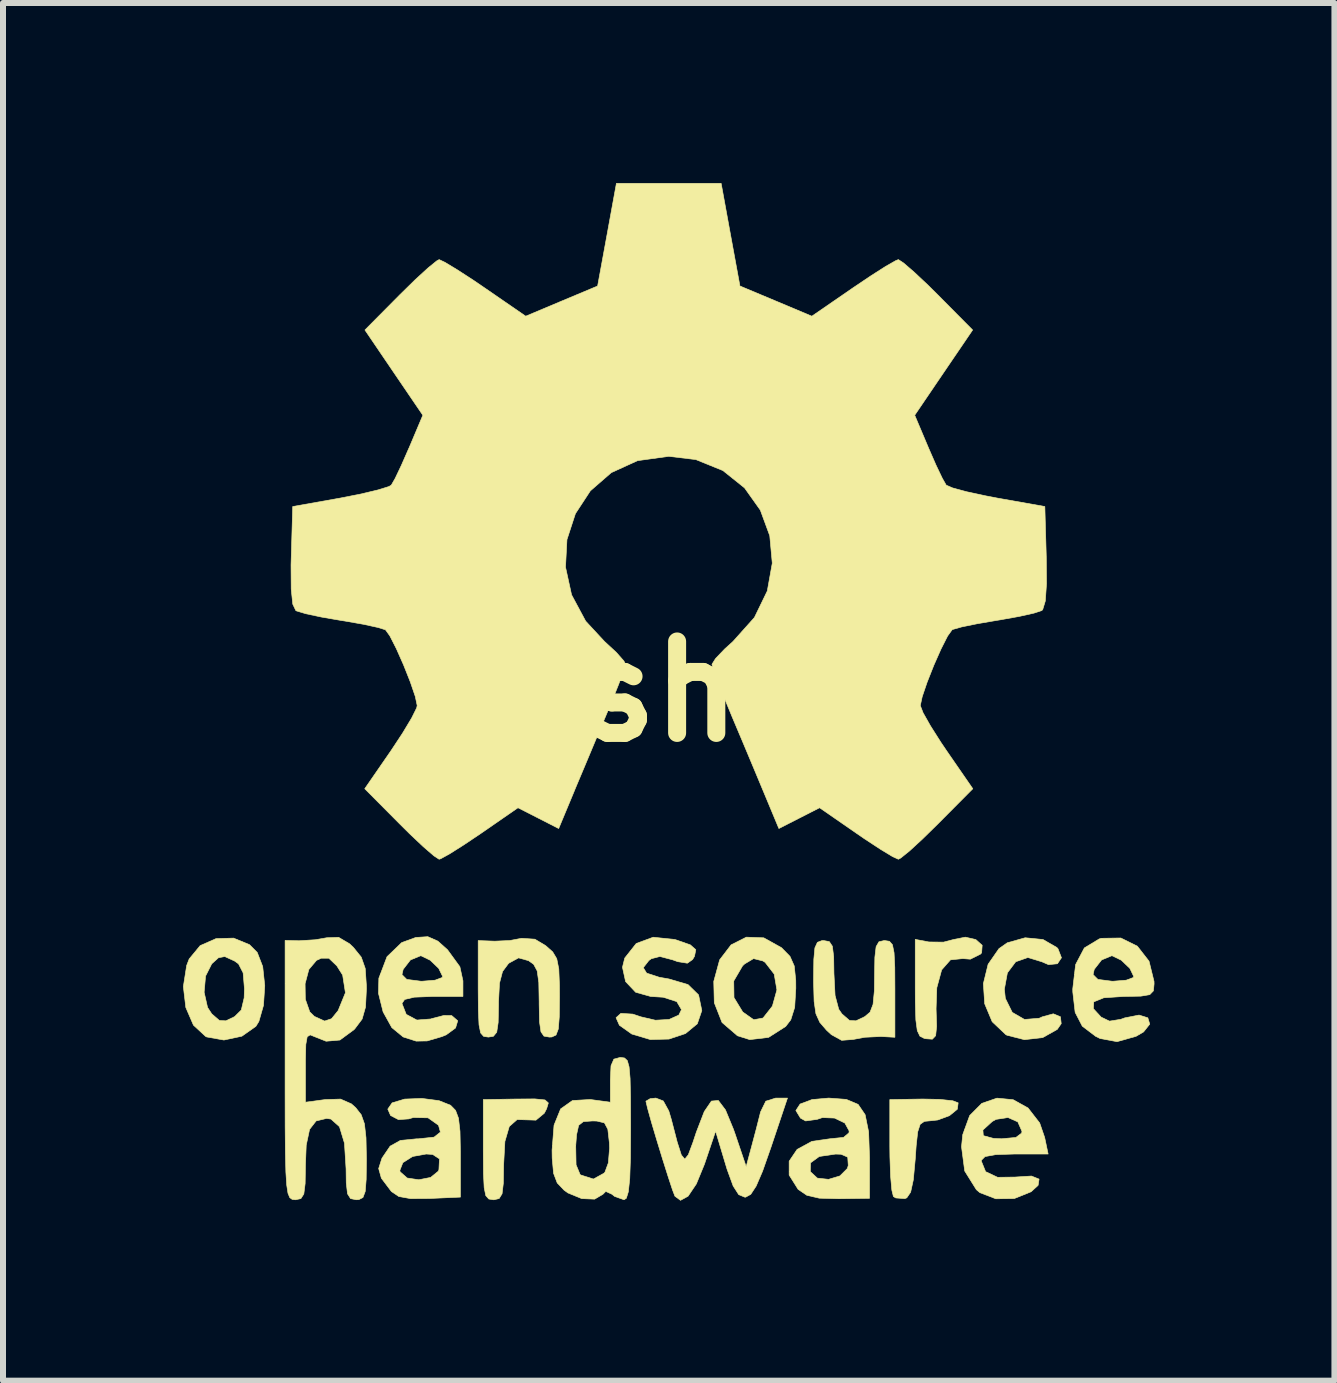
<source format=kicad_pcb>
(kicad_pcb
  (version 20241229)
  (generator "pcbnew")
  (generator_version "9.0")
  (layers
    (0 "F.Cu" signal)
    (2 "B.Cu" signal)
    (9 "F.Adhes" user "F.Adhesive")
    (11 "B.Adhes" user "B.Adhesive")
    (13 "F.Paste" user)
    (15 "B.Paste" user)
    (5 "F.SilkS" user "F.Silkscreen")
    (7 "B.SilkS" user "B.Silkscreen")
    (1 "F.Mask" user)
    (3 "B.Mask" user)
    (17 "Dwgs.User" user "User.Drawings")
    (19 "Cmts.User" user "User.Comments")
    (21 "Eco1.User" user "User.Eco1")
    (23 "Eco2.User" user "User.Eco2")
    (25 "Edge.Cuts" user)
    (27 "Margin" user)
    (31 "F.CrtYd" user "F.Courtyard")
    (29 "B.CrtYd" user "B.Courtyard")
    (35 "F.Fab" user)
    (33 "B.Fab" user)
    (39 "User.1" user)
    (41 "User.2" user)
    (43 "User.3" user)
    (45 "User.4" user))
  (footprint "oshw"
    (layer "F.Cu")
    (at 8.05 8.472)
    (property "Reference" "oshw" (at 0 0 0) (layer "F.SilkS") (effects (font (size 1.524 1.524) (thickness 0.3))))
    (attr through_hole)
    (fp_poly (pts (xy -2.02 6.804) (xy -1.964 6.854) (xy -1.993 6.951) (xy -2.031 7.025) (xy -2.171 7.141) (xy -2.285 7.137) (xy -2.484 7.131) (xy -2.615 7.246) (xy -2.688 7.496) (xy -2.709 7.884) (xy -2.714 8.193) (xy -2.735 8.368) (xy -2.784 8.447) (xy -2.87 8.467) (xy -2.879 8.467) (xy -2.956 8.455) (xy -3.006 8.399) (xy -3.033 8.268) (xy -3.045 8.031) (xy -3.048 7.658) (xy -3.048 7.632) (xy -3.048 6.798) (xy -2.498 6.789) (xy -2.189 6.787) (xy -2.02 6.804)) (stroke (width 0.01) (type solid)) (fill yes) (layer "F.SilkS"))
    (fp_poly (pts (xy 4.561 6.795) (xy 4.775 6.818) (xy 4.864 6.852) (xy 4.85 6.959) (xy 4.719 7.066) (xy 4.524 7.138) (xy 4.416 7.15) (xy 4.301 7.161) (xy 4.231 7.21) (xy 4.19 7.335) (xy 4.164 7.571) (xy 4.149 7.789) (xy 4.117 8.135) (xy 4.072 8.341) (xy 4.008 8.435) (xy 3.975 8.448) (xy 3.825 8.437) (xy 3.785 8.413) (xy 3.759 8.307) (xy 3.738 8.073) (xy 3.727 7.753) (xy 3.725 7.576) (xy 3.725 6.798) (xy 4.273 6.789) (xy 4.561 6.795)) (stroke (width 0.01) (type solid)) (fill yes) (layer "F.SilkS"))
    (fp_poly (pts (xy 5.158 4.132) (xy 5.264 4.227) (xy 5.255 4.351) (xy 5.24 4.372) (xy 5.067 4.459) (xy 4.941 4.449) (xy 4.736 4.47) (xy 4.589 4.637) (xy 4.508 4.935) (xy 4.496 5.285) (xy 4.505 5.577) (xy 4.489 5.734) (xy 4.434 5.792) (xy 4.325 5.784) (xy 4.297 5.778) (xy 4.227 5.742) (xy 4.183 5.65) (xy 4.159 5.471) (xy 4.15 5.172) (xy 4.149 4.937) (xy 4.149 4.129) (xy 4.376 4.172) (xy 4.62 4.175) (xy 4.788 4.131) (xy 4.984 4.092) (xy 5.158 4.132)) (stroke (width 0.01) (type solid)) (fill yes) (layer "F.SilkS"))
    (fp_poly (pts (xy 6.277 4.131) (xy 6.508 4.264) (xy 6.527 4.285) (xy 6.585 4.435) (xy 6.518 4.535) (xy 6.37 4.55) (xy 6.258 4.502) (xy 6.024 4.431) (xy 5.823 4.502) (xy 5.684 4.687) (xy 5.634 4.958) (xy 5.65 5.112) (xy 5.765 5.345) (xy 5.969 5.463) (xy 6.214 5.443) (xy 6.264 5.42) (xy 6.449 5.369) (xy 6.568 5.418) (xy 6.581 5.533) (xy 6.515 5.629) (xy 6.273 5.765) (xy 5.968 5.8) (xy 5.677 5.726) (xy 5.658 5.716) (xy 5.431 5.501) (xy 5.306 5.202) (xy 5.284 4.866) (xy 5.363 4.544) (xy 5.544 4.283) (xy 5.682 4.186) (xy 5.98 4.102) (xy 6.277 4.131)) (stroke (width 0.01) (type solid)) (fill yes) (layer "F.SilkS"))
    (fp_poly (pts (xy 1.625 4.103) (xy 1.918 4.266) (xy 1.921 4.268) (xy 2.062 4.412) (xy 2.133 4.572) (xy 2.158 4.811) (xy 2.159 4.943) (xy 2.14 5.263) (xy 2.075 5.469) (xy 1.99 5.58) (xy 1.705 5.762) (xy 1.392 5.799) (xy 1.187 5.735) (xy 0.93 5.514) (xy 0.801 5.185) (xy 0.792 4.829) (xy 0.794 4.822) (xy 1.125 4.822) (xy 1.129 5.099) (xy 1.275 5.339) (xy 1.458 5.468) (xy 1.613 5.439) (xy 1.764 5.247) (xy 1.77 5.237) (xy 1.844 4.971) (xy 1.799 4.708) (xy 1.648 4.512) (xy 1.61 4.488) (xy 1.455 4.449) (xy 1.306 4.538) (xy 1.272 4.57) (xy 1.125 4.822) (xy 0.794 4.822) (xy 0.89 4.47) (xy 1.081 4.22) (xy 1.335 4.092) (xy 1.625 4.103)) (stroke (width 0.01) (type solid)) (fill yes) (layer "F.SilkS"))
    (fp_poly (pts (xy -6.943 4.217) (xy -6.814 4.347) (xy -6.723 4.582) (xy -6.689 4.9) (xy -6.71 5.228) (xy -6.787 5.497) (xy -6.837 5.578) (xy -7.07 5.742) (xy -7.369 5.806) (xy -7.656 5.755) (xy -7.674 5.746) (xy -7.877 5.558) (xy -8.004 5.264) (xy -8.034 5.01) (xy -7.699 5.01) (xy -7.642 5.263) (xy -7.572 5.37) (xy -7.445 5.48) (xy -7.337 5.486) (xy -7.191 5.416) (xy -7.08 5.306) (xy -7.032 5.104) (xy -7.027 4.953) (xy -7.049 4.687) (xy -7.126 4.537) (xy -7.191 4.49) (xy -7.355 4.415) (xy -7.46 4.435) (xy -7.572 4.536) (xy -7.675 4.74) (xy -7.699 5.01) (xy -8.034 5.01) (xy -8.045 4.915) (xy -7.99 4.564) (xy -7.948 4.455) (xy -7.765 4.233) (xy -7.5 4.116) (xy -7.208 4.108) (xy -6.943 4.217)) (stroke (width 0.01) (type solid)) (fill yes) (layer "F.SilkS"))
    (fp_poly (pts (xy -2.188 4.126) (xy -2.008 4.234) (xy -1.892 4.337) (xy -1.824 4.451) (xy -1.79 4.621) (xy -1.779 4.892) (xy -1.778 5.086) (xy -1.782 5.422) (xy -1.798 5.622) (xy -1.836 5.722) (xy -1.905 5.755) (xy -1.947 5.757) (xy -2.037 5.741) (xy -2.087 5.669) (xy -2.111 5.504) (xy -2.117 5.21) (xy -2.117 5.168) (xy -2.123 4.848) (xy -2.15 4.654) (xy -2.209 4.544) (xy -2.293 4.484) (xy -2.46 4.437) (xy -2.616 4.522) (xy -2.632 4.536) (xy -2.727 4.664) (xy -2.778 4.859) (xy -2.794 5.167) (xy -2.794 5.22) (xy -2.8 5.514) (xy -2.824 5.676) (xy -2.88 5.744) (xy -2.963 5.757) (xy -3.042 5.745) (xy -3.092 5.688) (xy -3.119 5.554) (xy -3.13 5.312) (xy -3.133 4.953) (xy -3.133 4.149) (xy -2.857 4.159) (xy -2.606 4.148) (xy -2.41 4.111) (xy -2.188 4.126)) (stroke (width 0.01) (type solid)) (fill yes) (layer "F.SilkS"))
    (fp_poly (pts (xy 3.719 4.161) (xy 3.769 4.218) (xy 3.796 4.352) (xy 3.808 4.594) (xy 3.81 4.954) (xy 3.81 5.76) (xy 3.577 5.747) (xy 3.307 5.76) (xy 3.116 5.796) (xy 2.923 5.811) (xy 2.751 5.716) (xy 2.671 5.642) (xy 2.559 5.512) (xy 2.494 5.368) (xy 2.464 5.162) (xy 2.455 4.843) (xy 2.455 4.788) (xy 2.459 4.462) (xy 2.477 4.27) (xy 2.519 4.178) (xy 2.593 4.15) (xy 2.625 4.149) (xy 2.717 4.166) (xy 2.768 4.243) (xy 2.79 4.417) (xy 2.794 4.693) (xy 2.813 5.063) (xy 2.874 5.293) (xy 2.927 5.37) (xy 3.053 5.48) (xy 3.161 5.486) (xy 3.308 5.416) (xy 3.396 5.342) (xy 3.446 5.212) (xy 3.468 4.985) (xy 3.471 4.738) (xy 3.476 4.428) (xy 3.497 4.25) (xy 3.544 4.169) (xy 3.629 4.149) (xy 3.641 4.149) (xy 3.719 4.161)) (stroke (width 0.01) (type solid)) (fill yes) (layer "F.SilkS"))
    (fp_poly (pts (xy 5.78 6.8) (xy 6.028 6.938) (xy 6.222 7.188) (xy 6.305 7.429) (xy 6.363 7.705) (xy 5.806 7.705) (xy 5.488 7.715) (xy 5.311 7.748) (xy 5.25 7.81) (xy 5.249 7.821) (xy 5.321 7.999) (xy 5.521 8.093) (xy 5.822 8.089) (xy 5.83 8.088) (xy 6.085 8.072) (xy 6.212 8.123) (xy 6.196 8.227) (xy 6.079 8.334) (xy 5.799 8.447) (xy 5.491 8.451) (xy 5.226 8.349) (xy 5.167 8.299) (xy 4.973 7.988) (xy 4.92 7.584) (xy 4.94 7.383) (xy 4.968 7.305) (xy 5.276 7.305) (xy 5.283 7.399) (xy 5.453 7.445) (xy 5.588 7.451) (xy 5.826 7.429) (xy 5.922 7.357) (xy 5.927 7.327) (xy 5.858 7.17) (xy 5.694 7.097) (xy 5.494 7.128) (xy 5.432 7.163) (xy 5.276 7.305) (xy 4.968 7.305) (xy 5.056 7.064) (xy 5.258 6.861) (xy 5.511 6.774) (xy 5.78 6.8)) (stroke (width 0.01) (type solid)) (fill yes) (layer "F.SilkS"))
    (fp_poly (pts (xy 0.144 4.131) (xy 0.169 4.139) (xy 0.401 4.22) (xy 0.493 4.301) (xy 0.471 4.411) (xy 0.439 4.465) (xy 0.352 4.526) (xy 0.191 4.5) (xy 0.108 4.47) (xy -0.105 4.414) (xy -0.248 4.451) (xy -0.289 4.481) (xy -0.382 4.6) (xy -0.327 4.691) (xy -0.116 4.76) (xy 0.047 4.789) (xy 0.363 4.882) (xy 0.539 5.054) (xy 0.593 5.315) (xy 0.518 5.535) (xy 0.321 5.698) (xy 0.046 5.79) (xy -0.265 5.798) (xy -0.57 5.707) (xy -0.572 5.707) (xy -0.78 5.56) (xy -0.836 5.434) (xy -0.756 5.362) (xy -0.557 5.374) (xy -0.42 5.42) (xy -0.18 5.476) (xy 0.048 5.463) (xy 0.21 5.39) (xy 0.254 5.299) (xy 0.176 5.166) (xy -0.05 5.093) (xy -0.259 5.08) (xy -0.509 5.01) (xy -0.677 4.832) (xy -0.729 4.594) (xy -0.691 4.44) (xy -0.499 4.197) (xy -0.217 4.093) (xy 0.144 4.131)) (stroke (width 0.01) (type solid)) (fill yes) (layer "F.SilkS"))
    (fp_poly (pts (xy 3 6.795) (xy 3.197 6.878) (xy 3.314 7.05) (xy 3.372 7.336) (xy 3.387 7.762) (xy 3.387 7.763) (xy 3.387 8.443) (xy 2.874 8.45) (xy 2.55 8.441) (xy 2.343 8.393) (xy 2.199 8.295) (xy 2.197 8.293) (xy 2.048 8.056) (xy 2.048 7.998) (xy 2.4 7.998) (xy 2.518 8.107) (xy 2.705 8.127) (xy 2.894 8.07) (xy 3.018 7.946) (xy 3.033 7.895) (xy 3.024 7.757) (xy 2.913 7.709) (xy 2.821 7.706) (xy 2.55 7.746) (xy 2.405 7.852) (xy 2.4 7.998) (xy 2.048 7.998) (xy 2.048 7.825) (xy 2.181 7.628) (xy 2.427 7.494) (xy 2.728 7.451) (xy 2.955 7.428) (xy 3.044 7.353) (xy 3.048 7.321) (xy 2.976 7.189) (xy 2.804 7.106) (xy 2.602 7.098) (xy 2.513 7.128) (xy 2.322 7.154) (xy 2.237 7.107) (xy 2.16 6.98) (xy 2.231 6.872) (xy 2.429 6.798) (xy 2.707 6.773) (xy 3 6.795)) (stroke (width 0.01) (type solid)) (fill yes) (layer "F.SilkS"))
    (fp_poly (pts (xy -3.805 4.158) (xy -3.644 4.302) (xy -3.438 4.585) (xy -3.387 4.819) (xy -3.387 5.08) (xy -3.895 5.08) (xy -4.198 5.092) (xy -4.358 5.13) (xy -4.403 5.197) (xy -4.332 5.378) (xy -4.155 5.473) (xy -3.922 5.455) (xy -3.907 5.449) (xy -3.706 5.397) (xy -3.575 5.398) (xy -3.474 5.485) (xy -3.51 5.605) (xy -3.665 5.719) (xy -3.738 5.749) (xy -3.984 5.821) (xy -4.166 5.824) (xy -4.376 5.757) (xy -4.385 5.753) (xy -4.572 5.599) (xy -4.717 5.337) (xy -4.794 5.028) (xy -4.788 4.776) (xy -4.765 4.716) (xy -4.403 4.716) (xy -4.323 4.796) (xy -4.089 4.826) (xy -4.064 4.826) (xy -3.852 4.809) (xy -3.734 4.765) (xy -3.725 4.747) (xy -3.79 4.613) (xy -3.933 4.476) (xy -4.081 4.404) (xy -4.095 4.403) (xy -4.262 4.472) (xy -4.383 4.629) (xy -4.403 4.716) (xy -4.765 4.716) (xy -4.652 4.418) (xy -4.408 4.183) (xy -4.173 4.097) (xy -3.972 4.084) (xy -3.805 4.158)) (stroke (width 0.01) (type solid)) (fill yes) (layer "F.SilkS"))
    (fp_poly (pts (xy -3.786 6.816) (xy -3.593 6.893) (xy -3.51 6.978) (xy -3.461 7.109) (xy -3.436 7.327) (xy -3.429 7.669) (xy -3.429 7.718) (xy -3.429 8.423) (xy -3.944 8.446) (xy -4.26 8.448) (xy -4.455 8.413) (xy -4.576 8.332) (xy -4.587 8.319) (xy -4.746 8.108) (xy -4.782 7.979) (xy -4.439 7.979) (xy -4.433 8.002) (xy -4.316 8.105) (xy -4.122 8.134) (xy -3.925 8.095) (xy -3.797 7.991) (xy -3.787 7.964) (xy -3.778 7.786) (xy -3.892 7.712) (xy -3.999 7.705) (xy -4.225 7.746) (xy -4.388 7.849) (xy -4.439 7.979) (xy -4.782 7.979) (xy -4.791 7.947) (xy -4.738 7.78) (xy -4.733 7.77) (xy -4.6 7.574) (xy -4.43 7.479) (xy -4.161 7.452) (xy -4.132 7.452) (xy -3.868 7.424) (xy -3.762 7.34) (xy -3.794 7.226) (xy -3.968 7.102) (xy -4.214 7.097) (xy -4.29 7.12) (xy -4.461 7.132) (xy -4.592 7.064) (xy -4.639 6.957) (xy -4.567 6.853) (xy -4.358 6.79) (xy -4.07 6.779) (xy -3.786 6.816)) (stroke (width 0.01) (type solid)) (fill yes) (layer "F.SilkS"))
    (fp_poly (pts (xy 1.743 7.599) (xy 1.606 7.989) (xy 1.498 8.24) (xy 1.408 8.377) (xy 1.323 8.424) (xy 1.309 8.424) (xy 1.208 8.382) (xy 1.115 8.237) (xy 1.014 7.96) (xy 0.988 7.874) (xy 0.823 7.324) (xy 0.637 7.874) (xy 0.502 8.203) (xy 0.364 8.408) (xy 0.238 8.477) (xy 0.145 8.408) (xy 0.104 8.301) (xy 0.031 8.079) (xy -0.061 7.788) (xy -0.158 7.471) (xy -0.246 7.176) (xy -0.31 6.946) (xy -0.338 6.828) (xy -0.339 6.825) (xy -0.268 6.783) (xy -0.173 6.773) (xy -0.049 6.821) (xy 0.043 6.988) (xy 0.086 7.133) (xy 0.183 7.506) (xy 0.252 7.722) (xy 0.309 7.79) (xy 0.368 7.718) (xy 0.445 7.512) (xy 0.502 7.34) (xy 0.634 6.998) (xy 0.753 6.823) (xy 0.868 6.813) (xy 0.987 6.97) (xy 1.121 7.295) (xy 1.146 7.366) (xy 1.332 7.916) (xy 1.423 7.578) (xy 1.498 7.296) (xy 1.563 7.04) (xy 1.571 7.006) (xy 1.659 6.825) (xy 1.824 6.773) (xy 2.02 6.773) (xy 1.743 7.599)) (stroke (width 0.01) (type solid)) (fill yes) (layer "F.SilkS"))
    (fp_poly (pts (xy 7.849 4.242) (xy 8.044 4.492) (xy 8.127 4.829) (xy 8.128 4.872) (xy 8.117 4.987) (xy 8.056 5.05) (xy 7.907 5.075) (xy 7.63 5.08) (xy 7.62 5.08) (xy 7.29 5.102) (xy 7.123 5.17) (xy 7.117 5.284) (xy 7.246 5.424) (xy 7.385 5.491) (xy 7.573 5.461) (xy 7.639 5.437) (xy 7.878 5.39) (xy 8.024 5.436) (xy 8.056 5.541) (xy 7.953 5.671) (xy 7.828 5.744) (xy 7.511 5.833) (xy 7.229 5.781) (xy 7.154 5.744) (xy 6.932 5.575) (xy 6.813 5.345) (xy 6.774 5.006) (xy 6.773 4.956) (xy 6.801 4.716) (xy 7.112 4.716) (xy 7.192 4.796) (xy 7.426 4.826) (xy 7.451 4.826) (xy 7.663 4.809) (xy 7.781 4.765) (xy 7.789 4.747) (xy 7.725 4.613) (xy 7.582 4.476) (xy 7.434 4.404) (xy 7.419 4.403) (xy 7.253 4.472) (xy 7.131 4.629) (xy 7.112 4.716) (xy 6.801 4.716) (xy 6.821 4.548) (xy 6.966 4.272) (xy 7.215 4.121) (xy 7.25 4.111) (xy 7.574 4.106) (xy 7.849 4.242)) (stroke (width 0.01) (type solid)) (fill yes) (layer "F.SilkS"))
    (fp_poly (pts (xy -0.695 6.105) (xy -0.648 6.149) (xy -0.619 6.253) (xy -0.602 6.445) (xy -0.595 6.75) (xy -0.593 7.193) (xy -0.593 7.281) (xy -0.596 7.774) (xy -0.608 8.118) (xy -0.631 8.334) (xy -0.665 8.443) (xy -0.703 8.467) (xy -0.859 8.412) (xy -0.905 8.375) (xy -1.007 8.328) (xy -1.054 8.375) (xy -1.193 8.457) (xy -1.408 8.448) (xy -1.637 8.354) (xy -1.702 8.307) (xy -1.816 8.187) (xy -1.877 8.027) (xy -1.9 7.774) (xy -1.902 7.639) (xy -1.896 7.569) (xy -1.508 7.569) (xy -1.502 7.885) (xy -1.435 8.047) (xy -1.423 8.055) (xy -1.213 8.122) (xy -1.037 8.025) (xy -1.021 8.007) (xy -0.964 7.852) (xy -0.944 7.608) (xy -0.947 7.52) (xy -0.973 7.292) (xy -1.03 7.186) (xy -1.155 7.156) (xy -1.228 7.154) (xy -1.38 7.165) (xy -1.459 7.227) (xy -1.494 7.384) (xy -1.508 7.569) (xy -1.896 7.569) (xy -1.869 7.224) (xy -1.759 6.953) (xy -1.562 6.814) (xy -1.271 6.797) (xy -1.249 6.799) (xy -0.931 6.842) (xy -0.931 6.469) (xy -0.92 6.234) (xy -0.872 6.124) (xy -0.768 6.096) (xy -0.762 6.096) (xy -0.695 6.105)) (stroke (width 0.01) (type solid)) (fill yes) (layer "F.SilkS"))
    (fp_poly (pts (xy -5.275 4.203) (xy -5.212 4.263) (xy -5.081 4.425) (xy -5.015 4.613) (xy -4.996 4.893) (xy -4.995 4.953) (xy -5.01 5.257) (xy -5.067 5.457) (xy -5.187 5.617) (xy -5.203 5.634) (xy -5.437 5.806) (xy -5.667 5.826) (xy -5.848 5.754) (xy -5.933 5.72) (xy -5.982 5.752) (xy -6.005 5.881) (xy -6.011 6.139) (xy -6.011 6.254) (xy -6.011 6.842) (xy -5.682 6.798) (xy -5.426 6.79) (xy -5.246 6.869) (xy -5.174 6.933) (xy -5.082 7.05) (xy -5.028 7.202) (xy -5.002 7.435) (xy -4.995 7.789) (xy -4.999 8.127) (xy -5.015 8.329) (xy -5.053 8.43) (xy -5.12 8.464) (xy -5.165 8.467) (xy -5.259 8.448) (xy -5.31 8.368) (xy -5.331 8.186) (xy -5.334 7.953) (xy -5.361 7.524) (xy -5.444 7.25) (xy -5.586 7.123) (xy -5.659 7.112) (xy -5.833 7.154) (xy -5.942 7.294) (xy -5.998 7.558) (xy -6.011 7.891) (xy -6.016 8.197) (xy -6.038 8.371) (xy -6.087 8.448) (xy -6.175 8.467) (xy -6.181 8.467) (xy -6.232 8.461) (xy -6.272 8.432) (xy -6.302 8.359) (xy -6.323 8.223) (xy -6.337 8.006) (xy -6.345 7.687) (xy -6.349 7.247) (xy -6.35 6.668) (xy -6.35 6.306) (xy -6.35 4.868) (xy -6.017 4.868) (xy -6.013 5.126) (xy -5.939 5.337) (xy -5.863 5.412) (xy -5.692 5.49) (xy -5.576 5.451) (xy -5.466 5.315) (xy -5.345 5.018) (xy -5.391 4.724) (xy -5.488 4.57) (xy -5.621 4.443) (xy -5.75 4.443) (xy -5.827 4.479) (xy -5.954 4.63) (xy -6.017 4.868) (xy -6.35 4.868) (xy -6.35 4.146) (xy -6.117 4.152) (xy -5.845 4.135) (xy -5.657 4.102) (xy -5.458 4.095) (xy -5.275 4.203)) (stroke (width 0.01) (type solid)) (fill yes) (layer "F.SilkS"))
    (fp_poly (pts (xy 1.071 -7.612) (xy 1.228 -6.757) (xy 1.827 -6.506) (xy 2.426 -6.254) (xy 3.11 -6.725) (xy 3.409 -6.926) (xy 3.658 -7.085) (xy 3.823 -7.179) (xy 3.868 -7.197) (xy 3.955 -7.14) (xy 4.131 -6.988) (xy 4.366 -6.767) (xy 4.523 -6.611) (xy 5.105 -6.024) (xy 4.622 -5.314) (xy 4.14 -4.604) (xy 4.37 -4.059) (xy 4.494 -3.775) (xy 4.6 -3.553) (xy 4.665 -3.439) (xy 4.665 -3.439) (xy 4.773 -3.392) (xy 5.006 -3.329) (xy 5.326 -3.26) (xy 5.519 -3.223) (xy 6.308 -3.083) (xy 6.332 -2.247) (xy 6.336 -1.8) (xy 6.316 -1.509) (xy 6.272 -1.364) (xy 6.256 -1.349) (xy 6.128 -1.307) (xy 5.882 -1.252) (xy 5.565 -1.195) (xy 5.503 -1.185) (xy 5.182 -1.13) (xy 4.923 -1.077) (xy 4.775 -1.035) (xy 4.763 -1.029) (xy 4.688 -0.925) (xy 4.58 -0.712) (xy 4.459 -0.439) (xy 4.347 -0.156) (xy 4.265 0.085) (xy 4.233 0.234) (xy 4.279 0.353) (xy 4.402 0.571) (xy 4.579 0.85) (xy 4.671 0.986) (xy 5.108 1.619) (xy 4.525 2.206) (xy 4.269 2.457) (xy 4.054 2.655) (xy 3.909 2.772) (xy 3.868 2.794) (xy 3.77 2.749) (xy 3.57 2.628) (xy 3.303 2.453) (xy 3.175 2.365) (xy 2.555 1.936) (xy 2.216 2.109) (xy 1.877 2.282) (xy 1.622 1.67) (xy 1.463 1.289) (xy 1.274 0.838) (xy 1.092 0.407) (xy 1.065 0.341) (xy 0.931 0.017) (xy 0.828 -0.249) (xy 0.77 -0.419) (xy 0.762 -0.455) (xy 0.822 -0.55) (xy 0.975 -0.71) (xy 1.112 -0.834) (xy 1.469 -1.233) (xy 1.684 -1.676) (xy 1.767 -2.139) (xy 1.725 -2.596) (xy 1.568 -3.023) (xy 1.305 -3.393) (xy 0.944 -3.682) (xy 0.493 -3.865) (xy 0.042 -3.919) (xy -0.478 -3.847) (xy -0.916 -3.647) (xy -1.264 -3.344) (xy -1.513 -2.964) (xy -1.654 -2.532) (xy -1.678 -2.073) (xy -1.577 -1.611) (xy -1.342 -1.173) (xy -1.028 -0.834) (xy -0.833 -0.654) (xy -0.706 -0.51) (xy -0.677 -0.455) (xy -0.708 -0.346) (xy -0.792 -0.122) (xy -0.912 0.179) (xy -0.98 0.341) (xy -1.156 0.76) (xy -1.346 1.214) (xy -1.514 1.613) (xy -1.537 1.67) (xy -1.792 2.282) (xy -2.131 2.109) (xy -2.47 1.936) (xy -3.09 2.365) (xy -3.375 2.556) (xy -3.609 2.704) (xy -3.756 2.785) (xy -3.784 2.794) (xy -3.871 2.737) (xy -4.047 2.585) (xy -4.281 2.364) (xy -4.44 2.206) (xy -5.023 1.619) (xy -4.586 0.986) (xy -4.392 0.692) (xy -4.242 0.442) (xy -4.158 0.273) (xy -4.149 0.234) (xy -4.181 0.082) (xy -4.264 -0.161) (xy -4.376 -0.443) (xy -4.497 -0.716) (xy -4.605 -0.928) (xy -4.678 -1.029) (xy -4.8 -1.067) (xy -5.041 -1.12) (xy -5.354 -1.175) (xy -5.419 -1.185) (xy -5.743 -1.241) (xy -6.006 -1.297) (xy -6.159 -1.343) (xy -6.171 -1.349) (xy -6.222 -1.456) (xy -6.248 -1.706) (xy -6.251 -2.11) (xy -6.247 -2.247) (xy -6.223 -3.083) (xy -5.434 -3.223) (xy -5.085 -3.292) (xy -4.8 -3.36) (xy -4.62 -3.416) (xy -4.581 -3.439) (xy -4.517 -3.55) (xy -4.412 -3.771) (xy -4.288 -4.054) (xy -4.285 -4.059) (xy -4.055 -4.604) (xy -4.538 -5.314) (xy -5.02 -6.024) (xy -4.438 -6.611) (xy -4.183 -6.861) (xy -3.968 -7.058) (xy -3.824 -7.175) (xy -3.783 -7.197) (xy -3.686 -7.151) (xy -3.484 -7.029) (xy -3.211 -6.852) (xy -3.025 -6.725) (xy -2.341 -6.254) (xy -1.742 -6.506) (xy -1.143 -6.757) (xy -0.986 -7.612) (xy -0.83 -8.467) (xy 0.915 -8.467) (xy 1.071 -7.612)) (stroke (width 0.01) (type solid)) (fill yes) (layer "F.SilkS")))
  (gr_rect
    (start -3 -3)
    (end 19.183 19.953)
    (stroke (width 0.1) (type default))
    (fill no)
    (layer "Edge.Cuts")))
</source>
